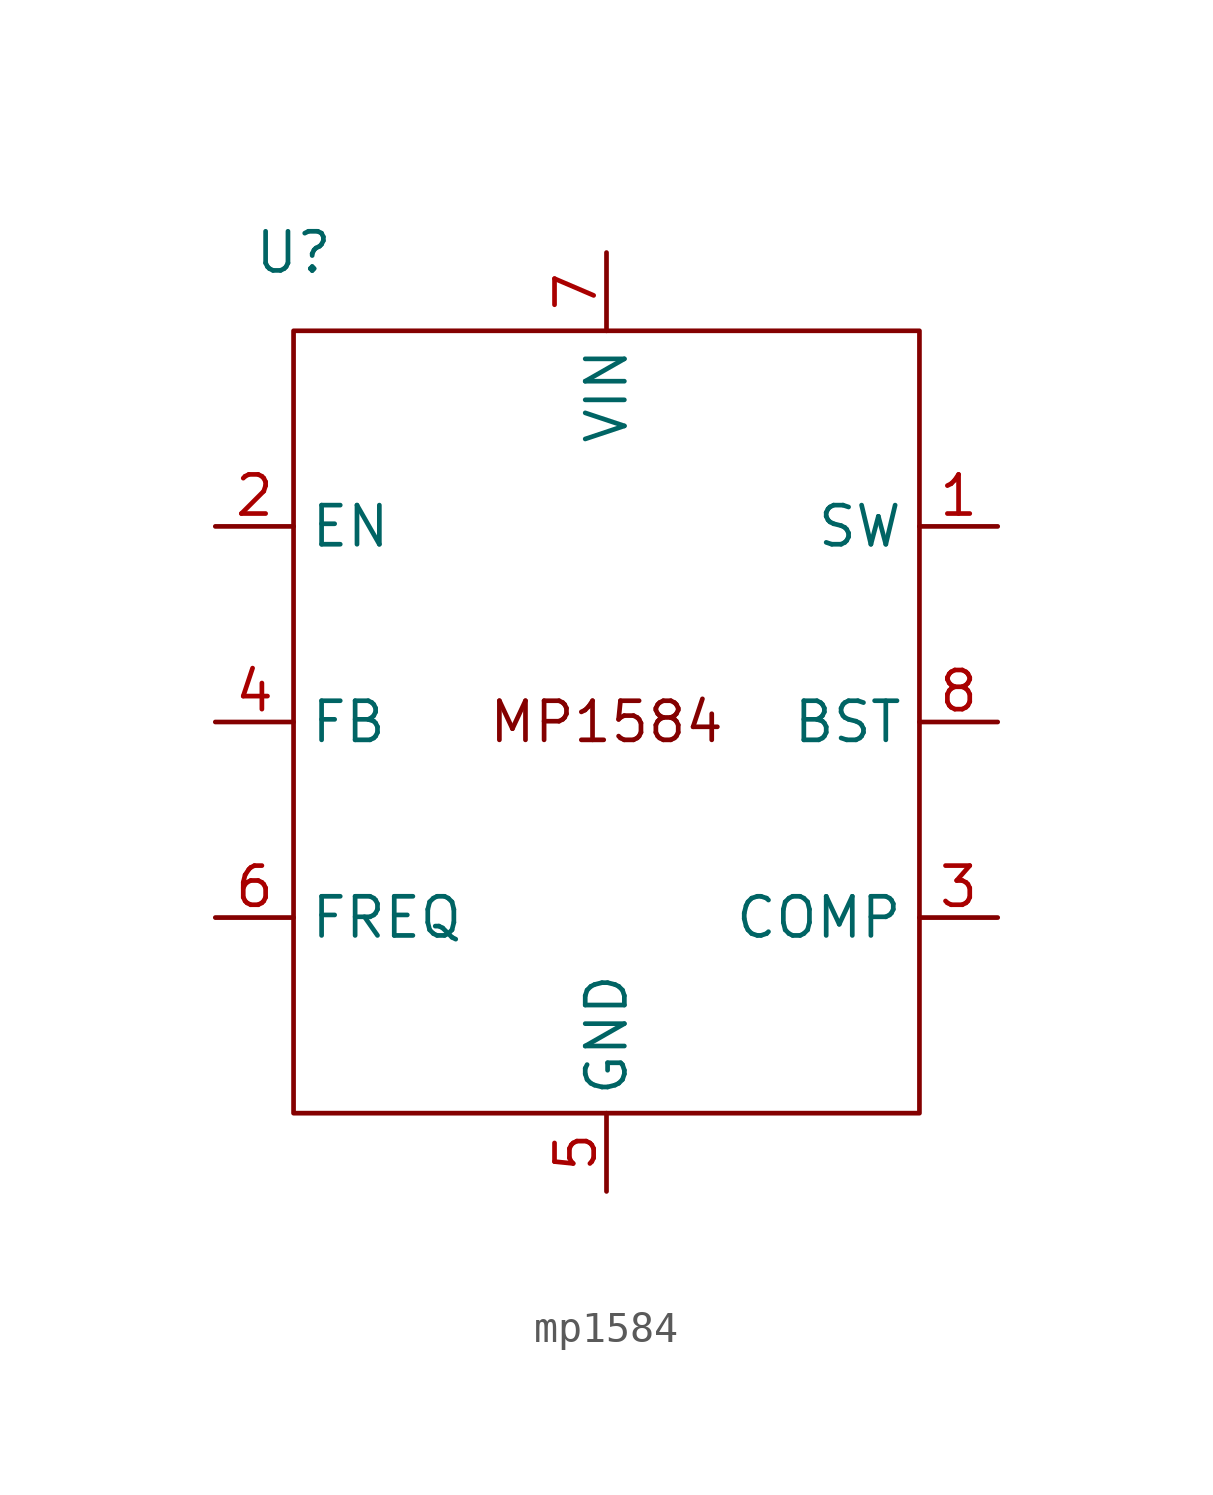
<source format=kicad_sym>
(kicad_symbol_lib
  (version 20220914)
  (generator kicad_symbol_editor)
  (symbol "mp1584"
    (property "Reference" "U"
      (at -10.16 15.24 0)
      (effects (font (size 1.27 1.27))))
    (property "Value" ""
      (at -10.16 15.24 0)
      (effects (font (size 1.27 1.27))))
    (symbol "mp1584_0_1"
      (rectangle (start -10.16 12.7) (end 10.16 -12.7) (stroke (width 0) (type default)) (fill (type none))))
    (symbol "mp1584_1_1"
      (text "MP1584" (at 0 0 0) (effects (font (size 1.27 1.27))))
      (pin output line (at 12.7 6.35 180) (length 2.54) (name "SW" (effects (font (size 1.27 1.27)))) (number "1" (effects (font (size 1.27 1.27)))))
      (pin input line (at -12.7 6.35 0) (length 2.54) (name "EN" (effects (font (size 1.27 1.27)))) (number "2" (effects (font (size 1.27 1.27)))))
      (pin output line (at 12.7 -6.35 180) (length 2.54) (name "COMP" (effects (font (size 1.27 1.27)))) (number "3" (effects (font (size 1.27 1.27)))))
      (pin input line (at -12.7 0 0) (length 2.54) (name "FB" (effects (font (size 1.27 1.27)))) (number "4" (effects (font (size 1.27 1.27)))))
      (pin power_in line (at 0 -15.24 90) (length 2.54) (name "GND" (effects (font (size 1.27 1.27)))) (number "5" (effects (font (size 1.27 1.27)))))
      (pin input line (at -12.7 -6.35 0) (length 2.54) (name "FREQ" (effects (font (size 1.27 1.27)))) (number "6" (effects (font (size 1.27 1.27)))))
      (pin power_in line (at 0 15.24 270) (length 2.54) (name "VIN" (effects (font (size 1.27 1.27)))) (number "7" (effects (font (size 1.27 1.27)))))
      (pin input line (at 12.7 0 180) (length 2.54) (name "BST" (effects (font (size 1.27 1.27)))) (number "8" (effects (font (size 1.27 1.27))))))))
</source>
